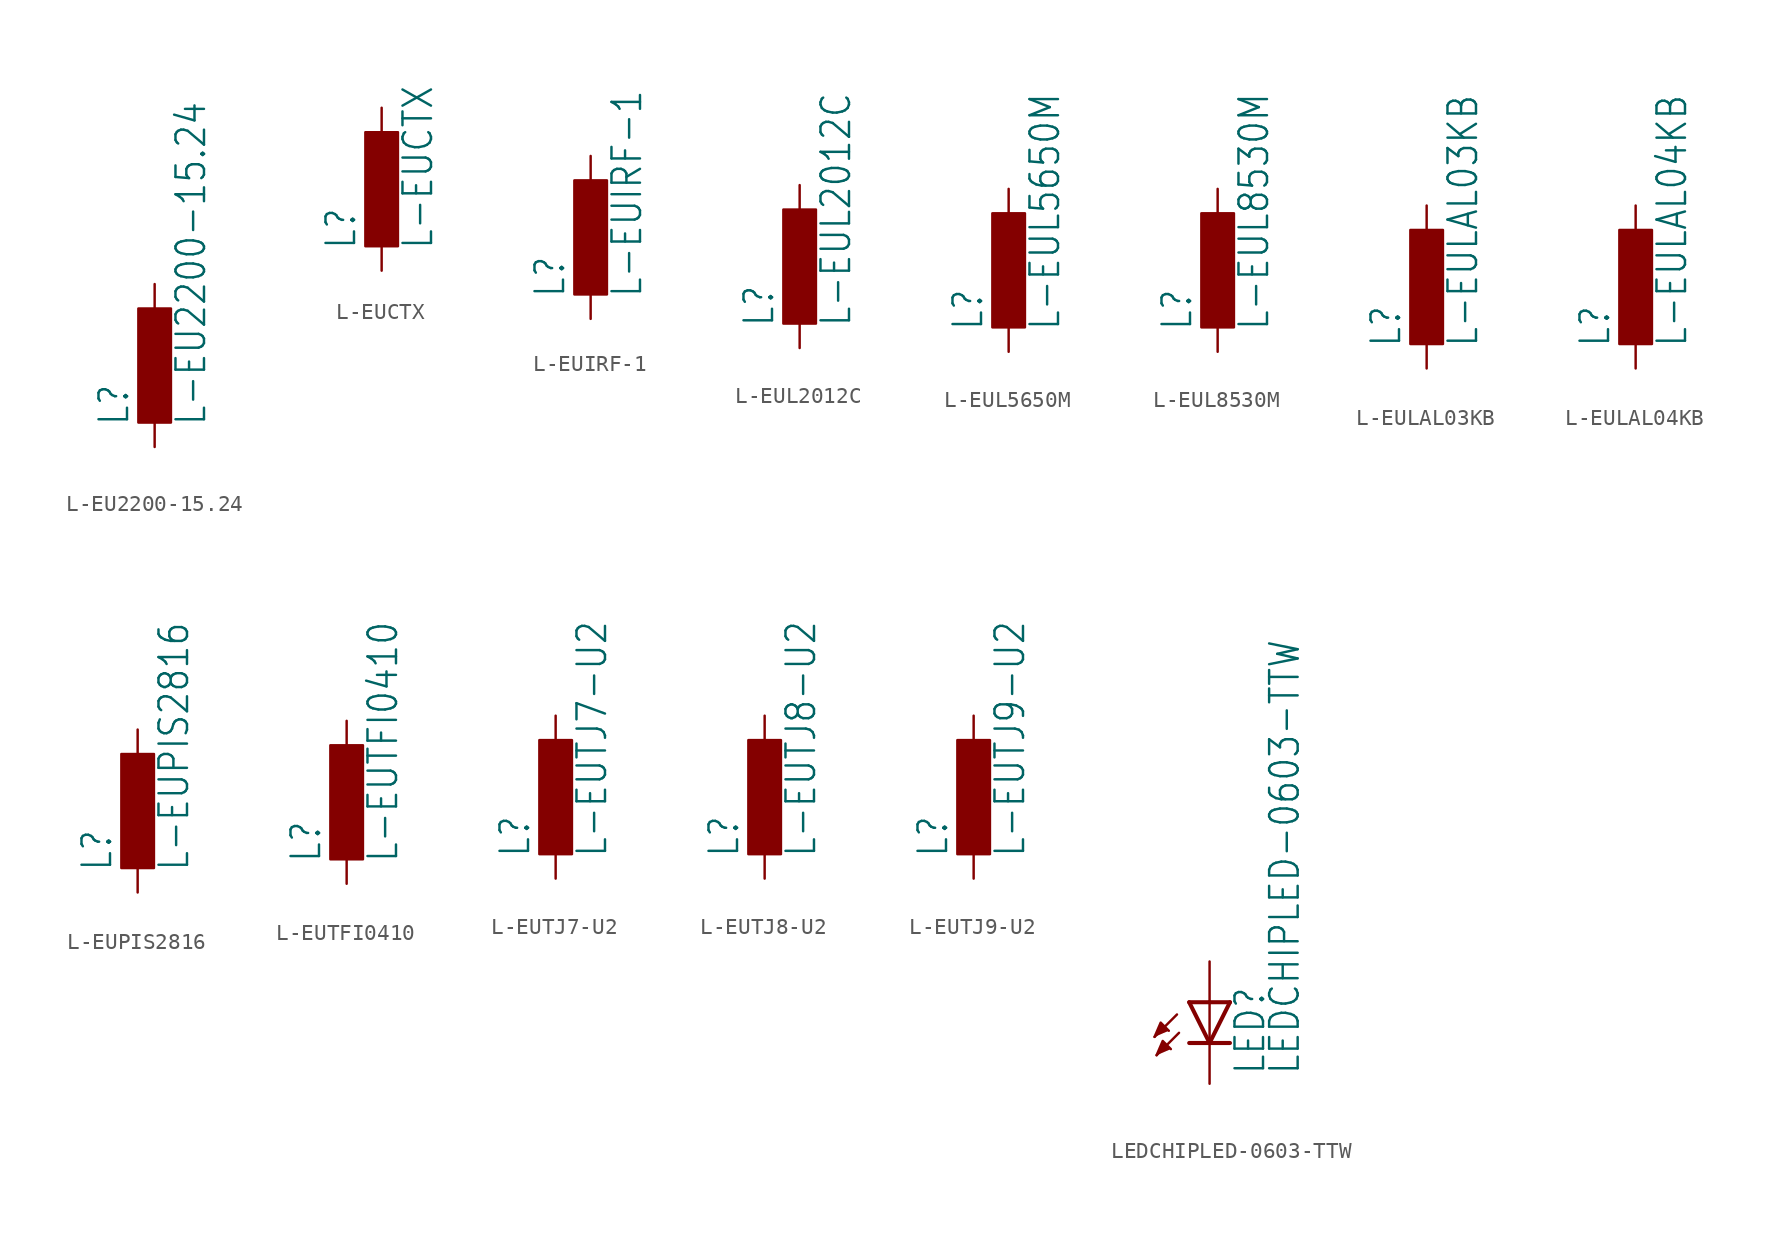
<source format=kicad_sym>
(kicad_symbol_lib
  (version 20211014)
  (generator kicad_symbol_editor)
  (symbol "L-EU2200-15.24"
    (property "Reference" "L"
      (at -1.499 -3.81 90)
      (effects (font (size 1.778 1.511)) (justify left bottom)))
    (property "Value" "L-EU2200-15.24"
      (at 3.302 -3.81 90)
      (effects (font (size 1.778 1.511)) (justify left bottom)))
    (property "ki_locked" ""
      (at 0 0 0)
      (effects (font (size 1.27 1.27))))
    (symbol "L-EU2200-15.24_1_0"
      (rectangle (start -1.016 -3.556) (end 1.016 3.556) (stroke (width 0) (type default) (color 0 0 0 0)) (fill (type outline)))
      (pin passive line (at 0 5.08 270) (length 2.54) (name "1" (effects (font (size 0 0)))) (number "1" (effects (font (size 0 0)))))
      (pin passive line (at 0 -5.08 90) (length 2.54) (name "2" (effects (font (size 0 0)))) (number "2" (effects (font (size 0 0)))))))
  (symbol "L-EUCTX"
    (property "Reference" "L"
      (at -1.499 -3.81 90)
      (effects (font (size 1.778 1.511)) (justify left bottom)))
    (property "Value" "L-EUCTX"
      (at 3.302 -3.81 90)
      (effects (font (size 1.778 1.511)) (justify left bottom)))
    (property "ki_locked" ""
      (at 0 0 0)
      (effects (font (size 1.27 1.27))))
    (symbol "L-EUCTX_1_0"
      (rectangle (start -1.016 -3.556) (end 1.016 3.556) (stroke (width 0) (type default) (color 0 0 0 0)) (fill (type outline)))
      (pin passive line (at 0 5.08 270) (length 2.54) (name "1" (effects (font (size 0 0)))) (number "1" (effects (font (size 0 0)))))
      (pin passive line (at 0 -5.08 90) (length 2.54) (name "2" (effects (font (size 0 0)))) (number "2" (effects (font (size 0 0)))))))
  (symbol "L-EUIRF-1"
    (property "Reference" "L"
      (at -1.499 -3.81 90)
      (effects (font (size 1.778 1.511)) (justify left bottom)))
    (property "Value" "L-EUIRF-1"
      (at 3.302 -3.81 90)
      (effects (font (size 1.778 1.511)) (justify left bottom)))
    (property "ki_locked" ""
      (at 0 0 0)
      (effects (font (size 1.27 1.27))))
    (symbol "L-EUIRF-1_1_0"
      (rectangle (start -1.016 -3.556) (end 1.016 3.556) (stroke (width 0) (type default) (color 0 0 0 0)) (fill (type outline)))
      (pin passive line (at 0 5.08 270) (length 2.54) (name "1" (effects (font (size 0 0)))) (number "1" (effects (font (size 0 0)))))
      (pin passive line (at 0 -5.08 90) (length 2.54) (name "2" (effects (font (size 0 0)))) (number "2" (effects (font (size 0 0)))))))
  (symbol "L-EUL2012C"
    (property "Reference" "L"
      (at -1.499 -3.81 90)
      (effects (font (size 1.778 1.511)) (justify left bottom)))
    (property "Value" "L-EUL2012C"
      (at 3.302 -3.81 90)
      (effects (font (size 1.778 1.511)) (justify left bottom)))
    (property "ki_locked" ""
      (at 0 0 0)
      (effects (font (size 1.27 1.27))))
    (symbol "L-EUL2012C_1_0"
      (rectangle (start -1.016 -3.556) (end 1.016 3.556) (stroke (width 0) (type default) (color 0 0 0 0)) (fill (type outline)))
      (pin passive line (at 0 5.08 270) (length 2.54) (name "1" (effects (font (size 0 0)))) (number "1" (effects (font (size 0 0)))))
      (pin passive line (at 0 -5.08 90) (length 2.54) (name "2" (effects (font (size 0 0)))) (number "2" (effects (font (size 0 0)))))))
  (symbol "L-EUL5650M"
    (property "Reference" "L"
      (at -1.499 -3.81 90)
      (effects (font (size 1.778 1.511)) (justify left bottom)))
    (property "Value" "L-EUL5650M"
      (at 3.302 -3.81 90)
      (effects (font (size 1.778 1.511)) (justify left bottom)))
    (property "ki_locked" ""
      (at 0 0 0)
      (effects (font (size 1.27 1.27))))
    (symbol "L-EUL5650M_1_0"
      (rectangle (start -1.016 -3.556) (end 1.016 3.556) (stroke (width 0) (type default) (color 0 0 0 0)) (fill (type outline)))
      (pin passive line (at 0 5.08 270) (length 2.54) (name "1" (effects (font (size 0 0)))) (number "1" (effects (font (size 0 0)))))
      (pin passive line (at 0 -5.08 90) (length 2.54) (name "2" (effects (font (size 0 0)))) (number "2" (effects (font (size 0 0)))))))
  (symbol "L-EUL8530M"
    (property "Reference" "L"
      (at -1.499 -3.81 90)
      (effects (font (size 1.778 1.511)) (justify left bottom)))
    (property "Value" "L-EUL8530M"
      (at 3.302 -3.81 90)
      (effects (font (size 1.778 1.511)) (justify left bottom)))
    (property "ki_locked" ""
      (at 0 0 0)
      (effects (font (size 1.27 1.27))))
    (symbol "L-EUL8530M_1_0"
      (rectangle (start -1.016 -3.556) (end 1.016 3.556) (stroke (width 0) (type default) (color 0 0 0 0)) (fill (type outline)))
      (pin passive line (at 0 5.08 270) (length 2.54) (name "1" (effects (font (size 0 0)))) (number "1" (effects (font (size 0 0)))))
      (pin passive line (at 0 -5.08 90) (length 2.54) (name "2" (effects (font (size 0 0)))) (number "2" (effects (font (size 0 0)))))))
  (symbol "L-EULAL03KB"
    (property "Reference" "L"
      (at -1.499 -3.81 90)
      (effects (font (size 1.778 1.511)) (justify left bottom)))
    (property "Value" "L-EULAL03KB"
      (at 3.302 -3.81 90)
      (effects (font (size 1.778 1.511)) (justify left bottom)))
    (property "ki_locked" ""
      (at 0 0 0)
      (effects (font (size 1.27 1.27))))
    (symbol "L-EULAL03KB_1_0"
      (rectangle (start -1.016 -3.556) (end 1.016 3.556) (stroke (width 0) (type default) (color 0 0 0 0)) (fill (type outline)))
      (pin passive line (at 0 5.08 270) (length 2.54) (name "1" (effects (font (size 0 0)))) (number "1" (effects (font (size 0 0)))))
      (pin passive line (at 0 -5.08 90) (length 2.54) (name "2" (effects (font (size 0 0)))) (number "2" (effects (font (size 0 0)))))))
  (symbol "L-EULAL04KB"
    (property "Reference" "L"
      (at -1.499 -3.81 90)
      (effects (font (size 1.778 1.511)) (justify left bottom)))
    (property "Value" "L-EULAL04KB"
      (at 3.302 -3.81 90)
      (effects (font (size 1.778 1.511)) (justify left bottom)))
    (property "ki_locked" ""
      (at 0 0 0)
      (effects (font (size 1.27 1.27))))
    (symbol "L-EULAL04KB_1_0"
      (rectangle (start -1.016 -3.556) (end 1.016 3.556) (stroke (width 0) (type default) (color 0 0 0 0)) (fill (type outline)))
      (pin passive line (at 0 5.08 270) (length 2.54) (name "1" (effects (font (size 0 0)))) (number "1" (effects (font (size 0 0)))))
      (pin passive line (at 0 -5.08 90) (length 2.54) (name "2" (effects (font (size 0 0)))) (number "2" (effects (font (size 0 0)))))))
  (symbol "L-EUPIS2816"
    (property "Reference" "L"
      (at -1.499 -3.81 90)
      (effects (font (size 1.778 1.511)) (justify left bottom)))
    (property "Value" "L-EUPIS2816"
      (at 3.302 -3.81 90)
      (effects (font (size 1.778 1.511)) (justify left bottom)))
    (property "ki_locked" ""
      (at 0 0 0)
      (effects (font (size 1.27 1.27))))
    (symbol "L-EUPIS2816_1_0"
      (rectangle (start -1.016 -3.556) (end 1.016 3.556) (stroke (width 0) (type default) (color 0 0 0 0)) (fill (type outline)))
      (pin passive line (at 0 5.08 270) (length 2.54) (name "1" (effects (font (size 0 0)))) (number "1" (effects (font (size 0 0)))))
      (pin passive line (at 0 -5.08 90) (length 2.54) (name "2" (effects (font (size 0 0)))) (number "2" (effects (font (size 0 0)))))))
  (symbol "L-EUTFI0410"
    (property "Reference" "L"
      (at -1.499 -3.81 90)
      (effects (font (size 1.778 1.511)) (justify left bottom)))
    (property "Value" "L-EUTFI0410"
      (at 3.302 -3.81 90)
      (effects (font (size 1.778 1.511)) (justify left bottom)))
    (property "ki_locked" ""
      (at 0 0 0)
      (effects (font (size 1.27 1.27))))
    (symbol "L-EUTFI0410_1_0"
      (rectangle (start -1.016 -3.556) (end 1.016 3.556) (stroke (width 0) (type default) (color 0 0 0 0)) (fill (type outline)))
      (pin passive line (at 0 5.08 270) (length 2.54) (name "1" (effects (font (size 0 0)))) (number "1" (effects (font (size 0 0)))))
      (pin passive line (at 0 -5.08 90) (length 2.54) (name "2" (effects (font (size 0 0)))) (number "2" (effects (font (size 0 0)))))))
  (symbol "L-EUTJ7-U2"
    (property "Reference" "L"
      (at -1.499 -3.81 90)
      (effects (font (size 1.778 1.511)) (justify left bottom)))
    (property "Value" "L-EUTJ7-U2"
      (at 3.302 -3.81 90)
      (effects (font (size 1.778 1.511)) (justify left bottom)))
    (property "ki_locked" ""
      (at 0 0 0)
      (effects (font (size 1.27 1.27))))
    (symbol "L-EUTJ7-U2_1_0"
      (rectangle (start -1.016 -3.556) (end 1.016 3.556) (stroke (width 0) (type default) (color 0 0 0 0)) (fill (type outline)))
      (pin passive line (at 0 5.08 270) (length 2.54) (name "1" (effects (font (size 0 0)))) (number "1" (effects (font (size 0 0)))))
      (pin passive line (at 0 -5.08 90) (length 2.54) (name "2" (effects (font (size 0 0)))) (number "2" (effects (font (size 0 0)))))))
  (symbol "L-EUTJ8-U2"
    (property "Reference" "L"
      (at -1.499 -3.81 90)
      (effects (font (size 1.778 1.511)) (justify left bottom)))
    (property "Value" "L-EUTJ8-U2"
      (at 3.302 -3.81 90)
      (effects (font (size 1.778 1.511)) (justify left bottom)))
    (property "ki_locked" ""
      (at 0 0 0)
      (effects (font (size 1.27 1.27))))
    (symbol "L-EUTJ8-U2_1_0"
      (rectangle (start -1.016 -3.556) (end 1.016 3.556) (stroke (width 0) (type default) (color 0 0 0 0)) (fill (type outline)))
      (pin passive line (at 0 5.08 270) (length 2.54) (name "1" (effects (font (size 0 0)))) (number "1" (effects (font (size 0 0)))))
      (pin passive line (at 0 -5.08 90) (length 2.54) (name "2" (effects (font (size 0 0)))) (number "2" (effects (font (size 0 0)))))))
  (symbol "L-EUTJ9-U2"
    (property "Reference" "L"
      (at -1.499 -3.81 90)
      (effects (font (size 1.778 1.511)) (justify left bottom)))
    (property "Value" "L-EUTJ9-U2"
      (at 3.302 -3.81 90)
      (effects (font (size 1.778 1.511)) (justify left bottom)))
    (property "ki_locked" ""
      (at 0 0 0)
      (effects (font (size 1.27 1.27))))
    (symbol "L-EUTJ9-U2_1_0"
      (rectangle (start -1.016 -3.556) (end 1.016 3.556) (stroke (width 0) (type default) (color 0 0 0 0)) (fill (type outline)))
      (pin passive line (at 0 5.08 270) (length 2.54) (name "1" (effects (font (size 0 0)))) (number "1" (effects (font (size 0 0)))))
      (pin passive line (at 0 -5.08 90) (length 2.54) (name "2" (effects (font (size 0 0)))) (number "2" (effects (font (size 0 0)))))))
  (symbol "LEDCHIPLED-0603-TTW"
    (property "Reference" "LED"
      (at 3.556 -4.572 90)
      (effects (font (size 1.778 1.511)) (justify left bottom)))
    (property "Value" "LEDCHIPLED-0603-TTW"
      (at 5.715 -4.572 90)
      (effects (font (size 1.778 1.511)) (justify left bottom)))
    (property "ki_locked" ""
      (at 0 0 0)
      (effects (font (size 1.27 1.27))))
    (symbol "LEDCHIPLED-0603-TTW_1_0"
      (polyline (pts (xy -2.032 -0.762) (xy -3.429 -2.159)) (stroke (width 0.152) (type default) (color 0 0 0 0)) (fill (type none)))
      (polyline (pts (xy -1.905 -1.905) (xy -3.302 -3.302)) (stroke (width 0.152) (type default) (color 0 0 0 0)) (fill (type none)))
      (polyline (pts (xy 0 -2.54) (xy -1.27 -2.54)) (stroke (width 0.254) (type default) (color 0 0 0 0)) (fill (type none)))
      (polyline (pts (xy 0 -2.54) (xy -1.27 0)) (stroke (width 0.254) (type default) (color 0 0 0 0)) (fill (type none)))
      (polyline (pts (xy 0 0) (xy -1.27 0)) (stroke (width 0.254) (type default) (color 0 0 0 0)) (fill (type none)))
      (polyline (pts (xy 0 0) (xy 0 -2.54)) (stroke (width 0.152) (type default) (color 0 0 0 0)) (fill (type none)))
      (polyline (pts (xy 1.27 -2.54) (xy 0 -2.54)) (stroke (width 0.254) (type default) (color 0 0 0 0)) (fill (type none)))
      (polyline (pts (xy 1.27 0) (xy 0 -2.54)) (stroke (width 0.254) (type default) (color 0 0 0 0)) (fill (type none)))
      (polyline (pts (xy 1.27 0) (xy 0 0)) (stroke (width 0.254) (type default) (color 0 0 0 0)) (fill (type none)))
      (polyline (pts (xy -3.429 -2.159) (xy -3.048 -1.27) (xy -2.54 -1.778)) (stroke (width 0) (type default) (color 0 0 0 0)) (fill (type outline)))
      (polyline (pts (xy -3.302 -3.302) (xy -2.921 -2.413) (xy -2.413 -2.921)) (stroke (width 0) (type default) (color 0 0 0 0)) (fill (type outline)))
      (pin passive line (at 0 2.54 270) (length 2.54) (name "A" (effects (font (size 0 0)))) (number "A@1" (effects (font (size 0 0)))))
      (pin passive line (at 0 -5.08 90) (length 2.54) (name "C" (effects (font (size 0 0)))) (number "C@1" (effects (font (size 0 0))))))))
</source>
